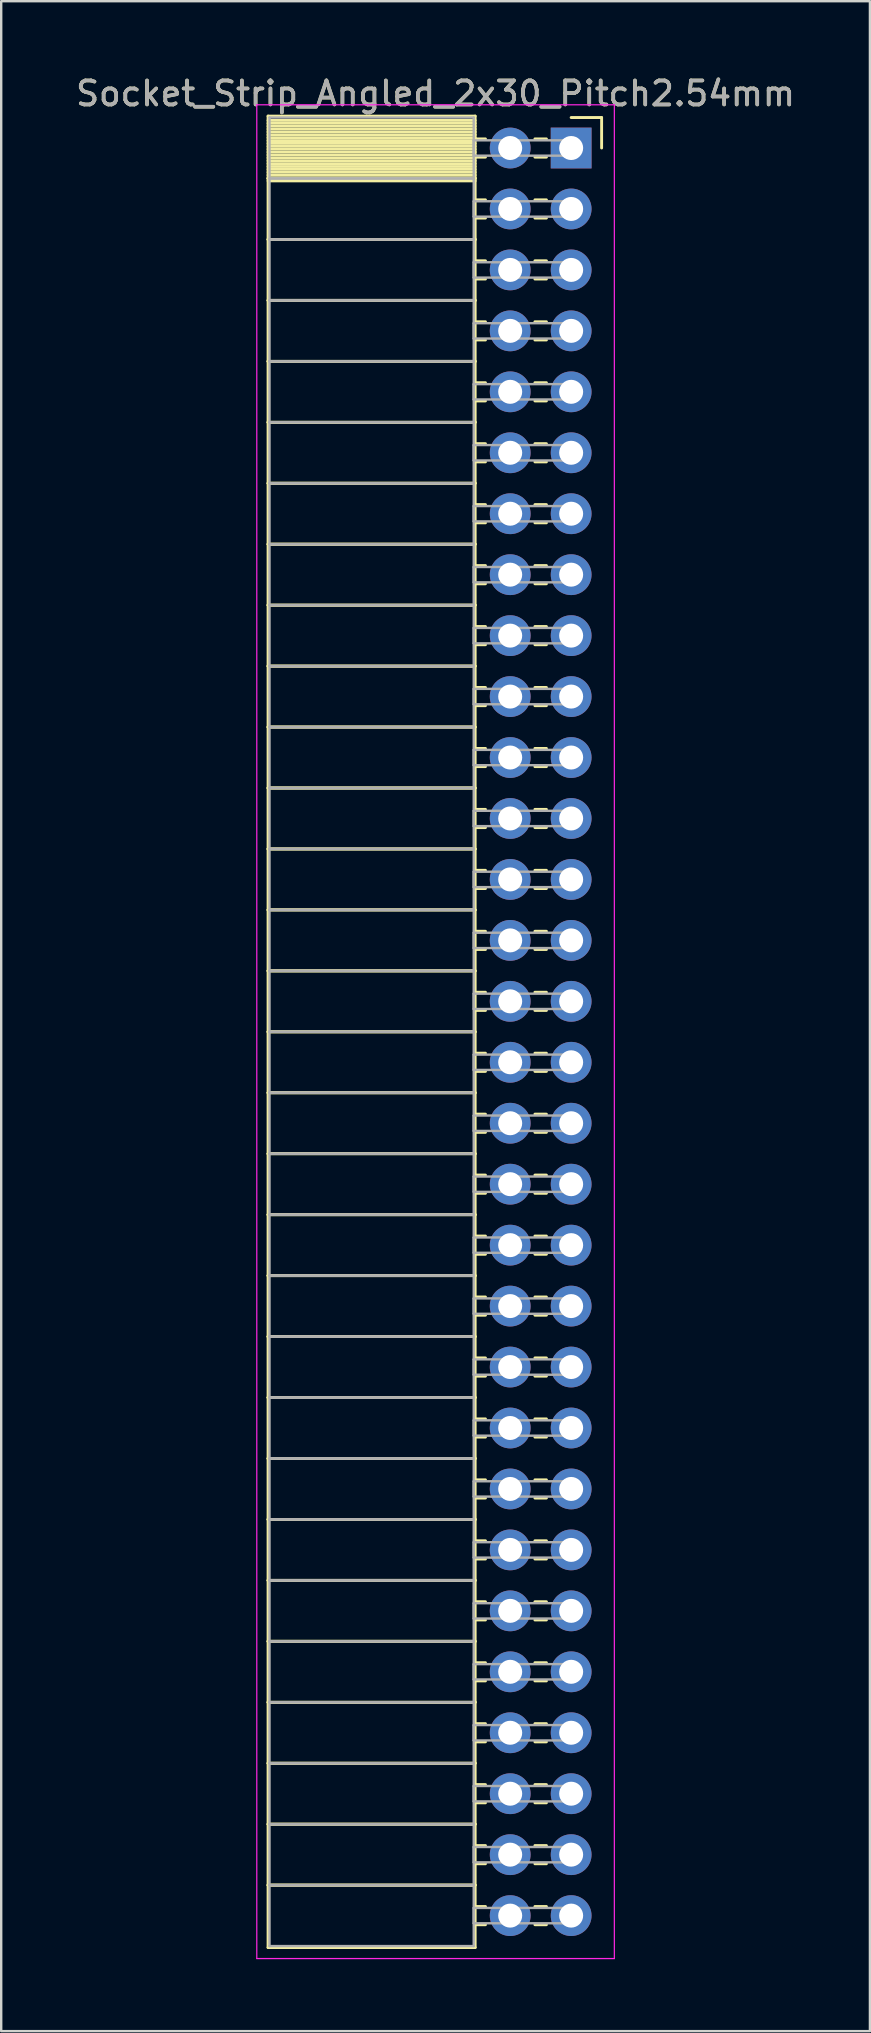
<source format=kicad_pcb>
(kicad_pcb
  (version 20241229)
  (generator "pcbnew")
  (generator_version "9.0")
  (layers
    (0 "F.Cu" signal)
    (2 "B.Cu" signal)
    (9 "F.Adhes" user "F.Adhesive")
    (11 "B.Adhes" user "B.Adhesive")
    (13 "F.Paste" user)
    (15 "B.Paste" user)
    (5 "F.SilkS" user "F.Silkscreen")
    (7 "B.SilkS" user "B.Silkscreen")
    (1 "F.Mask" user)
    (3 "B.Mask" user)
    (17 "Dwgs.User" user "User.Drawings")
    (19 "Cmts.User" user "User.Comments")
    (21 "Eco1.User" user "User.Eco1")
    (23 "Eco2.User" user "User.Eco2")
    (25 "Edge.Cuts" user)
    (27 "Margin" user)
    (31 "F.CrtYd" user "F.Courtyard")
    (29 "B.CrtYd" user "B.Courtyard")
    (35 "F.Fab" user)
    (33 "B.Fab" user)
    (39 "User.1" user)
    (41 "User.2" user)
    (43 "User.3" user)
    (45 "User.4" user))
  (footprint "Socket_Strip_Angled_2x30_Pitch2.54mm"
    (layer "F.Cu")
    (at 20.751 3.118)
    (property "Reference" "Socket_Strip_Angled_2x30_Pitch2.54mm" (at -5.65 -2.27 0) (layer "F.SilkS") (effects (font (size 1 1) (thickness 0.15))))
    (attr through_hole)
    (fp_line (start -12.63 -1.33) (end -4 -1.33) (stroke (width 0.12) (type solid)) (layer "F.SilkS"))
    (fp_line (start -12.63 1.27) (end -12.63 -1.33) (stroke (width 0.12) (type solid)) (layer "F.SilkS"))
    (fp_line (start -12.63 1.27) (end -4 1.27) (stroke (width 0.12) (type solid)) (layer "F.SilkS"))
    (fp_line (start -12.63 3.81) (end -12.63 1.27) (stroke (width 0.12) (type solid)) (layer "F.SilkS"))
    (fp_line (start -12.63 3.81) (end -4 3.81) (stroke (width 0.12) (type solid)) (layer "F.SilkS"))
    (fp_line (start -12.63 6.35) (end -12.63 3.81) (stroke (width 0.12) (type solid)) (layer "F.SilkS"))
    (fp_line (start -12.63 6.35) (end -4 6.35) (stroke (width 0.12) (type solid)) (layer "F.SilkS"))
    (fp_line (start -12.63 8.89) (end -12.63 6.35) (stroke (width 0.12) (type solid)) (layer "F.SilkS"))
    (fp_line (start -12.63 8.89) (end -4 8.89) (stroke (width 0.12) (type solid)) (layer "F.SilkS"))
    (fp_line (start -12.63 11.43) (end -12.63 8.89) (stroke (width 0.12) (type solid)) (layer "F.SilkS"))
    (fp_line (start -12.63 11.43) (end -4 11.43) (stroke (width 0.12) (type solid)) (layer "F.SilkS"))
    (fp_line (start -12.63 13.97) (end -12.63 11.43) (stroke (width 0.12) (type solid)) (layer "F.SilkS"))
    (fp_line (start -12.63 13.97) (end -4 13.97) (stroke (width 0.12) (type solid)) (layer "F.SilkS"))
    (fp_line (start -12.63 16.51) (end -12.63 13.97) (stroke (width 0.12) (type solid)) (layer "F.SilkS"))
    (fp_line (start -12.63 16.51) (end -4 16.51) (stroke (width 0.12) (type solid)) (layer "F.SilkS"))
    (fp_line (start -12.63 19.05) (end -12.63 16.51) (stroke (width 0.12) (type solid)) (layer "F.SilkS"))
    (fp_line (start -12.63 19.05) (end -4 19.05) (stroke (width 0.12) (type solid)) (layer "F.SilkS"))
    (fp_line (start -12.63 21.59) (end -12.63 19.05) (stroke (width 0.12) (type solid)) (layer "F.SilkS"))
    (fp_line (start -12.63 21.59) (end -4 21.59) (stroke (width 0.12) (type solid)) (layer "F.SilkS"))
    (fp_line (start -12.63 24.13) (end -12.63 21.59) (stroke (width 0.12) (type solid)) (layer "F.SilkS"))
    (fp_line (start -12.63 24.13) (end -4 24.13) (stroke (width 0.12) (type solid)) (layer "F.SilkS"))
    (fp_line (start -12.63 26.67) (end -12.63 24.13) (stroke (width 0.12) (type solid)) (layer "F.SilkS"))
    (fp_line (start -12.63 26.67) (end -4 26.67) (stroke (width 0.12) (type solid)) (layer "F.SilkS"))
    (fp_line (start -12.63 29.21) (end -12.63 26.67) (stroke (width 0.12) (type solid)) (layer "F.SilkS"))
    (fp_line (start -12.63 29.21) (end -4 29.21) (stroke (width 0.12) (type solid)) (layer "F.SilkS"))
    (fp_line (start -12.63 31.75) (end -12.63 29.21) (stroke (width 0.12) (type solid)) (layer "F.SilkS"))
    (fp_line (start -12.63 31.75) (end -4 31.75) (stroke (width 0.12) (type solid)) (layer "F.SilkS"))
    (fp_line (start -12.63 34.29) (end -12.63 31.75) (stroke (width 0.12) (type solid)) (layer "F.SilkS"))
    (fp_line (start -12.63 34.29) (end -4 34.29) (stroke (width 0.12) (type solid)) (layer "F.SilkS"))
    (fp_line (start -12.63 36.83) (end -12.63 34.29) (stroke (width 0.12) (type solid)) (layer "F.SilkS"))
    (fp_line (start -12.63 36.83) (end -4 36.83) (stroke (width 0.12) (type solid)) (layer "F.SilkS"))
    (fp_line (start -12.63 39.37) (end -12.63 36.83) (stroke (width 0.12) (type solid)) (layer "F.SilkS"))
    (fp_line (start -12.63 39.37) (end -4 39.37) (stroke (width 0.12) (type solid)) (layer "F.SilkS"))
    (fp_line (start -12.63 41.91) (end -12.63 39.37) (stroke (width 0.12) (type solid)) (layer "F.SilkS"))
    (fp_line (start -12.63 41.91) (end -4 41.91) (stroke (width 0.12) (type solid)) (layer "F.SilkS"))
    (fp_line (start -12.63 44.45) (end -12.63 41.91) (stroke (width 0.12) (type solid)) (layer "F.SilkS"))
    (fp_line (start -12.63 44.45) (end -4 44.45) (stroke (width 0.12) (type solid)) (layer "F.SilkS"))
    (fp_line (start -12.63 46.99) (end -12.63 44.45) (stroke (width 0.12) (type solid)) (layer "F.SilkS"))
    (fp_line (start -12.63 46.99) (end -4 46.99) (stroke (width 0.12) (type solid)) (layer "F.SilkS"))
    (fp_line (start -12.63 49.53) (end -12.63 46.99) (stroke (width 0.12) (type solid)) (layer "F.SilkS"))
    (fp_line (start -12.63 49.53) (end -4 49.53) (stroke (width 0.12) (type solid)) (layer "F.SilkS"))
    (fp_line (start -12.63 52.07) (end -12.63 49.53) (stroke (width 0.12) (type solid)) (layer "F.SilkS"))
    (fp_line (start -12.63 52.07) (end -4 52.07) (stroke (width 0.12) (type solid)) (layer "F.SilkS"))
    (fp_line (start -12.63 54.61) (end -12.63 52.07) (stroke (width 0.12) (type solid)) (layer "F.SilkS"))
    (fp_line (start -12.63 54.61) (end -4 54.61) (stroke (width 0.12) (type solid)) (layer "F.SilkS"))
    (fp_line (start -12.63 57.15) (end -12.63 54.61) (stroke (width 0.12) (type solid)) (layer "F.SilkS"))
    (fp_line (start -12.63 57.15) (end -4 57.15) (stroke (width 0.12) (type solid)) (layer "F.SilkS"))
    (fp_line (start -12.63 59.69) (end -12.63 57.15) (stroke (width 0.12) (type solid)) (layer "F.SilkS"))
    (fp_line (start -12.63 59.69) (end -4 59.69) (stroke (width 0.12) (type solid)) (layer "F.SilkS"))
    (fp_line (start -12.63 62.23) (end -12.63 59.69) (stroke (width 0.12) (type solid)) (layer "F.SilkS"))
    (fp_line (start -12.63 62.23) (end -4 62.23) (stroke (width 0.12) (type solid)) (layer "F.SilkS"))
    (fp_line (start -12.63 64.77) (end -12.63 62.23) (stroke (width 0.12) (type solid)) (layer "F.SilkS"))
    (fp_line (start -12.63 64.77) (end -4 64.77) (stroke (width 0.12) (type solid)) (layer "F.SilkS"))
    (fp_line (start -12.63 67.31) (end -12.63 64.77) (stroke (width 0.12) (type solid)) (layer "F.SilkS"))
    (fp_line (start -12.63 67.31) (end -4 67.31) (stroke (width 0.12) (type solid)) (layer "F.SilkS"))
    (fp_line (start -12.63 69.85) (end -12.63 67.31) (stroke (width 0.12) (type solid)) (layer "F.SilkS"))
    (fp_line (start -12.63 69.85) (end -4 69.85) (stroke (width 0.12) (type solid)) (layer "F.SilkS"))
    (fp_line (start -12.63 72.39) (end -12.63 69.85) (stroke (width 0.12) (type solid)) (layer "F.SilkS"))
    (fp_line (start -12.63 72.39) (end -4 72.39) (stroke (width 0.12) (type solid)) (layer "F.SilkS"))
    (fp_line (start -12.63 74.99) (end -12.63 72.39) (stroke (width 0.12) (type solid)) (layer "F.SilkS"))
    (fp_line (start -4 -1.33) (end -4 1.27) (stroke (width 0.12) (type solid)) (layer "F.SilkS"))
    (fp_line (start -4 -1.15) (end -12.63 -1.15) (stroke (width 0.12) (type solid)) (layer "F.SilkS"))
    (fp_line (start -4 -1.03) (end -12.63 -1.03) (stroke (width 0.12) (type solid)) (layer "F.SilkS"))
    (fp_line (start -4 -0.91) (end -12.63 -0.91) (stroke (width 0.12) (type solid)) (layer "F.SilkS"))
    (fp_line (start -4 -0.79) (end -12.63 -0.79) (stroke (width 0.12) (type solid)) (layer "F.SilkS"))
    (fp_line (start -4 -0.67) (end -12.63 -0.67) (stroke (width 0.12) (type solid)) (layer "F.SilkS"))
    (fp_line (start -4 -0.55) (end -12.63 -0.55) (stroke (width 0.12) (type solid)) (layer "F.SilkS"))
    (fp_line (start -4 -0.43) (end -12.63 -0.43) (stroke (width 0.12) (type solid)) (layer "F.SilkS"))
    (fp_line (start -4 -0.31) (end -12.63 -0.31) (stroke (width 0.12) (type solid)) (layer "F.SilkS"))
    (fp_line (start -4 -0.19) (end -12.63 -0.19) (stroke (width 0.12) (type solid)) (layer "F.SilkS"))
    (fp_line (start -4 -0.07) (end -12.63 -0.07) (stroke (width 0.12) (type solid)) (layer "F.SilkS"))
    (fp_line (start -4 0.05) (end -12.63 0.05) (stroke (width 0.12) (type solid)) (layer "F.SilkS"))
    (fp_line (start -4 0.17) (end -12.63 0.17) (stroke (width 0.12) (type solid)) (layer "F.SilkS"))
    (fp_line (start -4 0.29) (end -12.63 0.29) (stroke (width 0.12) (type solid)) (layer "F.SilkS"))
    (fp_line (start -4 0.41) (end -12.63 0.41) (stroke (width 0.12) (type solid)) (layer "F.SilkS"))
    (fp_line (start -4 0.53) (end -12.63 0.53) (stroke (width 0.12) (type solid)) (layer "F.SilkS"))
    (fp_line (start -4 0.65) (end -12.63 0.65) (stroke (width 0.12) (type solid)) (layer "F.SilkS"))
    (fp_line (start -4 0.77) (end -12.63 0.77) (stroke (width 0.12) (type solid)) (layer "F.SilkS"))
    (fp_line (start -4 0.89) (end -12.63 0.89) (stroke (width 0.12) (type solid)) (layer "F.SilkS"))
    (fp_line (start -4 1.01) (end -12.63 1.01) (stroke (width 0.12) (type solid)) (layer "F.SilkS"))
    (fp_line (start -4 1.13) (end -12.63 1.13) (stroke (width 0.12) (type solid)) (layer "F.SilkS"))
    (fp_line (start -4 1.25) (end -12.63 1.25) (stroke (width 0.12) (type solid)) (layer "F.SilkS"))
    (fp_line (start -4 1.27) (end -12.63 1.27) (stroke (width 0.12) (type solid)) (layer "F.SilkS"))
    (fp_line (start -4 1.27) (end -4 3.81) (stroke (width 0.12) (type solid)) (layer "F.SilkS"))
    (fp_line (start -4 1.37) (end -12.63 1.37) (stroke (width 0.12) (type solid)) (layer "F.SilkS"))
    (fp_line (start -4 3.81) (end -12.63 3.81) (stroke (width 0.12) (type solid)) (layer "F.SilkS"))
    (fp_line (start -4 3.81) (end -4 6.35) (stroke (width 0.12) (type solid)) (layer "F.SilkS"))
    (fp_line (start -4 6.35) (end -12.63 6.35) (stroke (width 0.12) (type solid)) (layer "F.SilkS"))
    (fp_line (start -4 6.35) (end -4 8.89) (stroke (width 0.12) (type solid)) (layer "F.SilkS"))
    (fp_line (start -4 8.89) (end -12.63 8.89) (stroke (width 0.12) (type solid)) (layer "F.SilkS"))
    (fp_line (start -4 8.89) (end -4 11.43) (stroke (width 0.12) (type solid)) (layer "F.SilkS"))
    (fp_line (start -4 11.43) (end -12.63 11.43) (stroke (width 0.12) (type solid)) (layer "F.SilkS"))
    (fp_line (start -4 11.43) (end -4 13.97) (stroke (width 0.12) (type solid)) (layer "F.SilkS"))
    (fp_line (start -4 13.97) (end -12.63 13.97) (stroke (width 0.12) (type solid)) (layer "F.SilkS"))
    (fp_line (start -4 13.97) (end -4 16.51) (stroke (width 0.12) (type solid)) (layer "F.SilkS"))
    (fp_line (start -4 16.51) (end -12.63 16.51) (stroke (width 0.12) (type solid)) (layer "F.SilkS"))
    (fp_line (start -4 16.51) (end -4 19.05) (stroke (width 0.12) (type solid)) (layer "F.SilkS"))
    (fp_line (start -4 19.05) (end -12.63 19.05) (stroke (width 0.12) (type solid)) (layer "F.SilkS"))
    (fp_line (start -4 19.05) (end -4 21.59) (stroke (width 0.12) (type solid)) (layer "F.SilkS"))
    (fp_line (start -4 21.59) (end -12.63 21.59) (stroke (width 0.12) (type solid)) (layer "F.SilkS"))
    (fp_line (start -4 21.59) (end -4 24.13) (stroke (width 0.12) (type solid)) (layer "F.SilkS"))
    (fp_line (start -4 24.13) (end -12.63 24.13) (stroke (width 0.12) (type solid)) (layer "F.SilkS"))
    (fp_line (start -4 24.13) (end -4 26.67) (stroke (width 0.12) (type solid)) (layer "F.SilkS"))
    (fp_line (start -4 26.67) (end -12.63 26.67) (stroke (width 0.12) (type solid)) (layer "F.SilkS"))
    (fp_line (start -4 26.67) (end -4 29.21) (stroke (width 0.12) (type solid)) (layer "F.SilkS"))
    (fp_line (start -4 29.21) (end -12.63 29.21) (stroke (width 0.12) (type solid)) (layer "F.SilkS"))
    (fp_line (start -4 29.21) (end -4 31.75) (stroke (width 0.12) (type solid)) (layer "F.SilkS"))
    (fp_line (start -4 31.75) (end -12.63 31.75) (stroke (width 0.12) (type solid)) (layer "F.SilkS"))
    (fp_line (start -4 31.75) (end -4 34.29) (stroke (width 0.12) (type solid)) (layer "F.SilkS"))
    (fp_line (start -4 34.29) (end -12.63 34.29) (stroke (width 0.12) (type solid)) (layer "F.SilkS"))
    (fp_line (start -4 34.29) (end -4 36.83) (stroke (width 0.12) (type solid)) (layer "F.SilkS"))
    (fp_line (start -4 36.83) (end -12.63 36.83) (stroke (width 0.12) (type solid)) (layer "F.SilkS"))
    (fp_line (start -4 36.83) (end -4 39.37) (stroke (width 0.12) (type solid)) (layer "F.SilkS"))
    (fp_line (start -4 39.37) (end -12.63 39.37) (stroke (width 0.12) (type solid)) (layer "F.SilkS"))
    (fp_line (start -4 39.37) (end -4 41.91) (stroke (width 0.12) (type solid)) (layer "F.SilkS"))
    (fp_line (start -4 41.91) (end -12.63 41.91) (stroke (width 0.12) (type solid)) (layer "F.SilkS"))
    (fp_line (start -4 41.91) (end -4 44.45) (stroke (width 0.12) (type solid)) (layer "F.SilkS"))
    (fp_line (start -4 44.45) (end -12.63 44.45) (stroke (width 0.12) (type solid)) (layer "F.SilkS"))
    (fp_line (start -4 44.45) (end -4 46.99) (stroke (width 0.12) (type solid)) (layer "F.SilkS"))
    (fp_line (start -4 46.99) (end -12.63 46.99) (stroke (width 0.12) (type solid)) (layer "F.SilkS"))
    (fp_line (start -4 46.99) (end -4 49.53) (stroke (width 0.12) (type solid)) (layer "F.SilkS"))
    (fp_line (start -4 49.53) (end -12.63 49.53) (stroke (width 0.12) (type solid)) (layer "F.SilkS"))
    (fp_line (start -4 49.53) (end -4 52.07) (stroke (width 0.12) (type solid)) (layer "F.SilkS"))
    (fp_line (start -4 52.07) (end -12.63 52.07) (stroke (width 0.12) (type solid)) (layer "F.SilkS"))
    (fp_line (start -4 52.07) (end -4 54.61) (stroke (width 0.12) (type solid)) (layer "F.SilkS"))
    (fp_line (start -4 54.61) (end -12.63 54.61) (stroke (width 0.12) (type solid)) (layer "F.SilkS"))
    (fp_line (start -4 54.61) (end -4 57.15) (stroke (width 0.12) (type solid)) (layer "F.SilkS"))
    (fp_line (start -4 57.15) (end -12.63 57.15) (stroke (width 0.12) (type solid)) (layer "F.SilkS"))
    (fp_line (start -4 57.15) (end -4 59.69) (stroke (width 0.12) (type solid)) (layer "F.SilkS"))
    (fp_line (start -4 59.69) (end -12.63 59.69) (stroke (width 0.12) (type solid)) (layer "F.SilkS"))
    (fp_line (start -4 59.69) (end -4 62.23) (stroke (width 0.12) (type solid)) (layer "F.SilkS"))
    (fp_line (start -4 62.23) (end -12.63 62.23) (stroke (width 0.12) (type solid)) (layer "F.SilkS"))
    (fp_line (start -4 62.23) (end -4 64.77) (stroke (width 0.12) (type solid)) (layer "F.SilkS"))
    (fp_line (start -4 64.77) (end -12.63 64.77) (stroke (width 0.12) (type solid)) (layer "F.SilkS"))
    (fp_line (start -4 64.77) (end -4 67.31) (stroke (width 0.12) (type solid)) (layer "F.SilkS"))
    (fp_line (start -4 67.31) (end -12.63 67.31) (stroke (width 0.12) (type solid)) (layer "F.SilkS"))
    (fp_line (start -4 67.31) (end -4 69.85) (stroke (width 0.12) (type solid)) (layer "F.SilkS"))
    (fp_line (start -4 69.85) (end -12.63 69.85) (stroke (width 0.12) (type solid)) (layer "F.SilkS"))
    (fp_line (start -4 69.85) (end -4 72.39) (stroke (width 0.12) (type solid)) (layer "F.SilkS"))
    (fp_line (start -4 72.39) (end -12.63 72.39) (stroke (width 0.12) (type solid)) (layer "F.SilkS"))
    (fp_line (start -4 72.39) (end -4 74.99) (stroke (width 0.12) (type solid)) (layer "F.SilkS"))
    (fp_line (start -4 74.99) (end -12.63 74.99) (stroke (width 0.12) (type solid)) (layer "F.SilkS"))
    (fp_line (start -3.57 -0.38) (end -4 -0.38) (stroke (width 0.12) (type solid)) (layer "F.SilkS"))
    (fp_line (start -3.57 0.38) (end -4 0.38) (stroke (width 0.12) (type solid)) (layer "F.SilkS"))
    (fp_line (start -3.57 2.16) (end -4 2.16) (stroke (width 0.12) (type solid)) (layer "F.SilkS"))
    (fp_line (start -3.57 2.92) (end -4 2.92) (stroke (width 0.12) (type solid)) (layer "F.SilkS"))
    (fp_line (start -3.57 4.7) (end -4 4.7) (stroke (width 0.12) (type solid)) (layer "F.SilkS"))
    (fp_line (start -3.57 5.46) (end -4 5.46) (stroke (width 0.12) (type solid)) (layer "F.SilkS"))
    (fp_line (start -3.57 7.24) (end -4 7.24) (stroke (width 0.12) (type solid)) (layer "F.SilkS"))
    (fp_line (start -3.57 8) (end -4 8) (stroke (width 0.12) (type solid)) (layer "F.SilkS"))
    (fp_line (start -3.57 9.78) (end -4 9.78) (stroke (width 0.12) (type solid)) (layer "F.SilkS"))
    (fp_line (start -3.57 10.54) (end -4 10.54) (stroke (width 0.12) (type solid)) (layer "F.SilkS"))
    (fp_line (start -3.57 12.32) (end -4 12.32) (stroke (width 0.12) (type solid)) (layer "F.SilkS"))
    (fp_line (start -3.57 13.08) (end -4 13.08) (stroke (width 0.12) (type solid)) (layer "F.SilkS"))
    (fp_line (start -3.57 14.86) (end -4 14.86) (stroke (width 0.12) (type solid)) (layer "F.SilkS"))
    (fp_line (start -3.57 15.62) (end -4 15.62) (stroke (width 0.12) (type solid)) (layer "F.SilkS"))
    (fp_line (start -3.57 17.4) (end -4 17.4) (stroke (width 0.12) (type solid)) (layer "F.SilkS"))
    (fp_line (start -3.57 18.16) (end -4 18.16) (stroke (width 0.12) (type solid)) (layer "F.SilkS"))
    (fp_line (start -3.57 19.94) (end -4 19.94) (stroke (width 0.12) (type solid)) (layer "F.SilkS"))
    (fp_line (start -3.57 20.7) (end -4 20.7) (stroke (width 0.12) (type solid)) (layer "F.SilkS"))
    (fp_line (start -3.57 22.48) (end -4 22.48) (stroke (width 0.12) (type solid)) (layer "F.SilkS"))
    (fp_line (start -3.57 23.24) (end -4 23.24) (stroke (width 0.12) (type solid)) (layer "F.SilkS"))
    (fp_line (start -3.57 25.02) (end -4 25.02) (stroke (width 0.12) (type solid)) (layer "F.SilkS"))
    (fp_line (start -3.57 25.78) (end -4 25.78) (stroke (width 0.12) (type solid)) (layer "F.SilkS"))
    (fp_line (start -3.57 27.56) (end -4 27.56) (stroke (width 0.12) (type solid)) (layer "F.SilkS"))
    (fp_line (start -3.57 28.32) (end -4 28.32) (stroke (width 0.12) (type solid)) (layer "F.SilkS"))
    (fp_line (start -3.57 30.1) (end -4 30.1) (stroke (width 0.12) (type solid)) (layer "F.SilkS"))
    (fp_line (start -3.57 30.86) (end -4 30.86) (stroke (width 0.12) (type solid)) (layer "F.SilkS"))
    (fp_line (start -3.57 32.64) (end -4 32.64) (stroke (width 0.12) (type solid)) (layer "F.SilkS"))
    (fp_line (start -3.57 33.4) (end -4 33.4) (stroke (width 0.12) (type solid)) (layer "F.SilkS"))
    (fp_line (start -3.57 35.18) (end -4 35.18) (stroke (width 0.12) (type solid)) (layer "F.SilkS"))
    (fp_line (start -3.57 35.94) (end -4 35.94) (stroke (width 0.12) (type solid)) (layer "F.SilkS"))
    (fp_line (start -3.57 37.72) (end -4 37.72) (stroke (width 0.12) (type solid)) (layer "F.SilkS"))
    (fp_line (start -3.57 38.48) (end -4 38.48) (stroke (width 0.12) (type solid)) (layer "F.SilkS"))
    (fp_line (start -3.57 40.26) (end -4 40.26) (stroke (width 0.12) (type solid)) (layer "F.SilkS"))
    (fp_line (start -3.57 41.02) (end -4 41.02) (stroke (width 0.12) (type solid)) (layer "F.SilkS"))
    (fp_line (start -3.57 42.8) (end -4 42.8) (stroke (width 0.12) (type solid)) (layer "F.SilkS"))
    (fp_line (start -3.57 43.56) (end -4 43.56) (stroke (width 0.12) (type solid)) (layer "F.SilkS"))
    (fp_line (start -3.57 45.34) (end -4 45.34) (stroke (width 0.12) (type solid)) (layer "F.SilkS"))
    (fp_line (start -3.57 46.1) (end -4 46.1) (stroke (width 0.12) (type solid)) (layer "F.SilkS"))
    (fp_line (start -3.57 47.88) (end -4 47.88) (stroke (width 0.12) (type solid)) (layer "F.SilkS"))
    (fp_line (start -3.57 48.64) (end -4 48.64) (stroke (width 0.12) (type solid)) (layer "F.SilkS"))
    (fp_line (start -3.57 50.42) (end -4 50.42) (stroke (width 0.12) (type solid)) (layer "F.SilkS"))
    (fp_line (start -3.57 51.18) (end -4 51.18) (stroke (width 0.12) (type solid)) (layer "F.SilkS"))
    (fp_line (start -3.57 52.96) (end -4 52.96) (stroke (width 0.12) (type solid)) (layer "F.SilkS"))
    (fp_line (start -3.57 53.72) (end -4 53.72) (stroke (width 0.12) (type solid)) (layer "F.SilkS"))
    (fp_line (start -3.57 55.5) (end -4 55.5) (stroke (width 0.12) (type solid)) (layer "F.SilkS"))
    (fp_line (start -3.57 56.26) (end -4 56.26) (stroke (width 0.12) (type solid)) (layer "F.SilkS"))
    (fp_line (start -3.57 58.04) (end -4 58.04) (stroke (width 0.12) (type solid)) (layer "F.SilkS"))
    (fp_line (start -3.57 58.8) (end -4 58.8) (stroke (width 0.12) (type solid)) (layer "F.SilkS"))
    (fp_line (start -3.57 60.58) (end -4 60.58) (stroke (width 0.12) (type solid)) (layer "F.SilkS"))
    (fp_line (start -3.57 61.34) (end -4 61.34) (stroke (width 0.12) (type solid)) (layer "F.SilkS"))
    (fp_line (start -3.57 63.12) (end -4 63.12) (stroke (width 0.12) (type solid)) (layer "F.SilkS"))
    (fp_line (start -3.57 63.88) (end -4 63.88) (stroke (width 0.12) (type solid)) (layer "F.SilkS"))
    (fp_line (start -3.57 65.66) (end -4 65.66) (stroke (width 0.12) (type solid)) (layer "F.SilkS"))
    (fp_line (start -3.57 66.42) (end -4 66.42) (stroke (width 0.12) (type solid)) (layer "F.SilkS"))
    (fp_line (start -3.57 68.2) (end -4 68.2) (stroke (width 0.12) (type solid)) (layer "F.SilkS"))
    (fp_line (start -3.57 68.96) (end -4 68.96) (stroke (width 0.12) (type solid)) (layer "F.SilkS"))
    (fp_line (start -3.57 70.74) (end -4 70.74) (stroke (width 0.12) (type solid)) (layer "F.SilkS"))
    (fp_line (start -3.57 71.5) (end -4 71.5) (stroke (width 0.12) (type solid)) (layer "F.SilkS"))
    (fp_line (start -3.57 73.28) (end -4 73.28) (stroke (width 0.12) (type solid)) (layer "F.SilkS"))
    (fp_line (start -3.57 74.04) (end -4 74.04) (stroke (width 0.12) (type solid)) (layer "F.SilkS"))
    (fp_line (start -1.03 -0.38) (end -1.51 -0.38) (stroke (width 0.12) (type solid)) (layer "F.SilkS"))
    (fp_line (start -1.03 0.38) (end -1.51 0.38) (stroke (width 0.12) (type solid)) (layer "F.SilkS"))
    (fp_line (start -1.03 2.16) (end -1.51 2.16) (stroke (width 0.12) (type solid)) (layer "F.SilkS"))
    (fp_line (start -1.03 2.92) (end -1.51 2.92) (stroke (width 0.12) (type solid)) (layer "F.SilkS"))
    (fp_line (start -1.03 4.7) (end -1.51 4.7) (stroke (width 0.12) (type solid)) (layer "F.SilkS"))
    (fp_line (start -1.03 5.46) (end -1.51 5.46) (stroke (width 0.12) (type solid)) (layer "F.SilkS"))
    (fp_line (start -1.03 7.24) (end -1.51 7.24) (stroke (width 0.12) (type solid)) (layer "F.SilkS"))
    (fp_line (start -1.03 8) (end -1.51 8) (stroke (width 0.12) (type solid)) (layer "F.SilkS"))
    (fp_line (start -1.03 9.78) (end -1.51 9.78) (stroke (width 0.12) (type solid)) (layer "F.SilkS"))
    (fp_line (start -1.03 10.54) (end -1.51 10.54) (stroke (width 0.12) (type solid)) (layer "F.SilkS"))
    (fp_line (start -1.03 12.32) (end -1.51 12.32) (stroke (width 0.12) (type solid)) (layer "F.SilkS"))
    (fp_line (start -1.03 13.08) (end -1.51 13.08) (stroke (width 0.12) (type solid)) (layer "F.SilkS"))
    (fp_line (start -1.03 14.86) (end -1.51 14.86) (stroke (width 0.12) (type solid)) (layer "F.SilkS"))
    (fp_line (start -1.03 15.62) (end -1.51 15.62) (stroke (width 0.12) (type solid)) (layer "F.SilkS"))
    (fp_line (start -1.03 17.4) (end -1.51 17.4) (stroke (width 0.12) (type solid)) (layer "F.SilkS"))
    (fp_line (start -1.03 18.16) (end -1.51 18.16) (stroke (width 0.12) (type solid)) (layer "F.SilkS"))
    (fp_line (start -1.03 19.94) (end -1.51 19.94) (stroke (width 0.12) (type solid)) (layer "F.SilkS"))
    (fp_line (start -1.03 20.7) (end -1.51 20.7) (stroke (width 0.12) (type solid)) (layer "F.SilkS"))
    (fp_line (start -1.03 22.48) (end -1.51 22.48) (stroke (width 0.12) (type solid)) (layer "F.SilkS"))
    (fp_line (start -1.03 23.24) (end -1.51 23.24) (stroke (width 0.12) (type solid)) (layer "F.SilkS"))
    (fp_line (start -1.03 25.02) (end -1.51 25.02) (stroke (width 0.12) (type solid)) (layer "F.SilkS"))
    (fp_line (start -1.03 25.78) (end -1.51 25.78) (stroke (width 0.12) (type solid)) (layer "F.SilkS"))
    (fp_line (start -1.03 27.56) (end -1.51 27.56) (stroke (width 0.12) (type solid)) (layer "F.SilkS"))
    (fp_line (start -1.03 28.32) (end -1.51 28.32) (stroke (width 0.12) (type solid)) (layer "F.SilkS"))
    (fp_line (start -1.03 30.1) (end -1.51 30.1) (stroke (width 0.12) (type solid)) (layer "F.SilkS"))
    (fp_line (start -1.03 30.86) (end -1.51 30.86) (stroke (width 0.12) (type solid)) (layer "F.SilkS"))
    (fp_line (start -1.03 32.64) (end -1.51 32.64) (stroke (width 0.12) (type solid)) (layer "F.SilkS"))
    (fp_line (start -1.03 33.4) (end -1.51 33.4) (stroke (width 0.12) (type solid)) (layer "F.SilkS"))
    (fp_line (start -1.03 35.18) (end -1.51 35.18) (stroke (width 0.12) (type solid)) (layer "F.SilkS"))
    (fp_line (start -1.03 35.94) (end -1.51 35.94) (stroke (width 0.12) (type solid)) (layer "F.SilkS"))
    (fp_line (start -1.03 37.72) (end -1.51 37.72) (stroke (width 0.12) (type solid)) (layer "F.SilkS"))
    (fp_line (start -1.03 38.48) (end -1.51 38.48) (stroke (width 0.12) (type solid)) (layer "F.SilkS"))
    (fp_line (start -1.03 40.26) (end -1.51 40.26) (stroke (width 0.12) (type solid)) (layer "F.SilkS"))
    (fp_line (start -1.03 41.02) (end -1.51 41.02) (stroke (width 0.12) (type solid)) (layer "F.SilkS"))
    (fp_line (start -1.03 42.8) (end -1.51 42.8) (stroke (width 0.12) (type solid)) (layer "F.SilkS"))
    (fp_line (start -1.03 43.56) (end -1.51 43.56) (stroke (width 0.12) (type solid)) (layer "F.SilkS"))
    (fp_line (start -1.03 45.34) (end -1.51 45.34) (stroke (width 0.12) (type solid)) (layer "F.SilkS"))
    (fp_line (start -1.03 46.1) (end -1.51 46.1) (stroke (width 0.12) (type solid)) (layer "F.SilkS"))
    (fp_line (start -1.03 47.88) (end -1.51 47.88) (stroke (width 0.12) (type solid)) (layer "F.SilkS"))
    (fp_line (start -1.03 48.64) (end -1.51 48.64) (stroke (width 0.12) (type solid)) (layer "F.SilkS"))
    (fp_line (start -1.03 50.42) (end -1.51 50.42) (stroke (width 0.12) (type solid)) (layer "F.SilkS"))
    (fp_line (start -1.03 51.18) (end -1.51 51.18) (stroke (width 0.12) (type solid)) (layer "F.SilkS"))
    (fp_line (start -1.03 52.96) (end -1.51 52.96) (stroke (width 0.12) (type solid)) (layer "F.SilkS"))
    (fp_line (start -1.03 53.72) (end -1.51 53.72) (stroke (width 0.12) (type solid)) (layer "F.SilkS"))
    (fp_line (start -1.03 55.5) (end -1.51 55.5) (stroke (width 0.12) (type solid)) (layer "F.SilkS"))
    (fp_line (start -1.03 56.26) (end -1.51 56.26) (stroke (width 0.12) (type solid)) (layer "F.SilkS"))
    (fp_line (start -1.03 58.04) (end -1.51 58.04) (stroke (width 0.12) (type solid)) (layer "F.SilkS"))
    (fp_line (start -1.03 58.8) (end -1.51 58.8) (stroke (width 0.12) (type solid)) (layer "F.SilkS"))
    (fp_line (start -1.03 60.58) (end -1.51 60.58) (stroke (width 0.12) (type solid)) (layer "F.SilkS"))
    (fp_line (start -1.03 61.34) (end -1.51 61.34) (stroke (width 0.12) (type solid)) (layer "F.SilkS"))
    (fp_line (start -1.03 63.12) (end -1.51 63.12) (stroke (width 0.12) (type solid)) (layer "F.SilkS"))
    (fp_line (start -1.03 63.88) (end -1.51 63.88) (stroke (width 0.12) (type solid)) (layer "F.SilkS"))
    (fp_line (start -1.03 65.66) (end -1.51 65.66) (stroke (width 0.12) (type solid)) (layer "F.SilkS"))
    (fp_line (start -1.03 66.42) (end -1.51 66.42) (stroke (width 0.12) (type solid)) (layer "F.SilkS"))
    (fp_line (start -1.03 68.2) (end -1.51 68.2) (stroke (width 0.12) (type solid)) (layer "F.SilkS"))
    (fp_line (start -1.03 68.96) (end -1.51 68.96) (stroke (width 0.12) (type solid)) (layer "F.SilkS"))
    (fp_line (start -1.03 70.74) (end -1.51 70.74) (stroke (width 0.12) (type solid)) (layer "F.SilkS"))
    (fp_line (start -1.03 71.5) (end -1.51 71.5) (stroke (width 0.12) (type solid)) (layer "F.SilkS"))
    (fp_line (start -1.03 73.28) (end -1.51 73.28) (stroke (width 0.12) (type solid)) (layer "F.SilkS"))
    (fp_line (start -1.03 74.04) (end -1.51 74.04) (stroke (width 0.12) (type solid)) (layer "F.SilkS"))
    (fp_line (start 0 -1.27) (end 1.27 -1.27) (stroke (width 0.12) (type solid)) (layer "F.SilkS"))
    (fp_line (start 1.27 -1.27) (end 1.27 0) (stroke (width 0.12) (type solid)) (layer "F.SilkS"))
    (fp_line (start -13.1 -1.8) (end 1.8 -1.8) (stroke (width 0.05) (type solid)) (layer "F.CrtYd"))
    (fp_line (start -13.1 75.45) (end -13.1 -1.8) (stroke (width 0.05) (type solid)) (layer "F.CrtYd"))
    (fp_line (start 1.8 -1.8) (end 1.8 75.45) (stroke (width 0.05) (type solid)) (layer "F.CrtYd"))
    (fp_line (start 1.8 75.45) (end -13.1 75.45) (stroke (width 0.05) (type solid)) (layer "F.CrtYd"))
    (fp_line (start -12.57 -1.27) (end -4.06 -1.27) (stroke (width 0.1) (type solid)) (layer "F.Fab"))
    (fp_line (start -12.57 1.27) (end -12.57 -1.27) (stroke (width 0.1) (type solid)) (layer "F.Fab"))
    (fp_line (start -12.57 1.27) (end -4.06 1.27) (stroke (width 0.1) (type solid)) (layer "F.Fab"))
    (fp_line (start -12.57 3.81) (end -12.57 1.27) (stroke (width 0.1) (type solid)) (layer "F.Fab"))
    (fp_line (start -12.57 3.81) (end -4.06 3.81) (stroke (width 0.1) (type solid)) (layer "F.Fab"))
    (fp_line (start -12.57 6.35) (end -12.57 3.81) (stroke (width 0.1) (type solid)) (layer "F.Fab"))
    (fp_line (start -12.57 6.35) (end -4.06 6.35) (stroke (width 0.1) (type solid)) (layer "F.Fab"))
    (fp_line (start -12.57 8.89) (end -12.57 6.35) (stroke (width 0.1) (type solid)) (layer "F.Fab"))
    (fp_line (start -12.57 8.89) (end -4.06 8.89) (stroke (width 0.1) (type solid)) (layer "F.Fab"))
    (fp_line (start -12.57 11.43) (end -12.57 8.89) (stroke (width 0.1) (type solid)) (layer "F.Fab"))
    (fp_line (start -12.57 11.43) (end -4.06 11.43) (stroke (width 0.1) (type solid)) (layer "F.Fab"))
    (fp_line (start -12.57 13.97) (end -12.57 11.43) (stroke (width 0.1) (type solid)) (layer "F.Fab"))
    (fp_line (start -12.57 13.97) (end -4.06 13.97) (stroke (width 0.1) (type solid)) (layer "F.Fab"))
    (fp_line (start -12.57 16.51) (end -12.57 13.97) (stroke (width 0.1) (type solid)) (layer "F.Fab"))
    (fp_line (start -12.57 16.51) (end -4.06 16.51) (stroke (width 0.1) (type solid)) (layer "F.Fab"))
    (fp_line (start -12.57 19.05) (end -12.57 16.51) (stroke (width 0.1) (type solid)) (layer "F.Fab"))
    (fp_line (start -12.57 19.05) (end -4.06 19.05) (stroke (width 0.1) (type solid)) (layer "F.Fab"))
    (fp_line (start -12.57 21.59) (end -12.57 19.05) (stroke (width 0.1) (type solid)) (layer "F.Fab"))
    (fp_line (start -12.57 21.59) (end -4.06 21.59) (stroke (width 0.1) (type solid)) (layer "F.Fab"))
    (fp_line (start -12.57 24.13) (end -12.57 21.59) (stroke (width 0.1) (type solid)) (layer "F.Fab"))
    (fp_line (start -12.57 24.13) (end -4.06 24.13) (stroke (width 0.1) (type solid)) (layer "F.Fab"))
    (fp_line (start -12.57 26.67) (end -12.57 24.13) (stroke (width 0.1) (type solid)) (layer "F.Fab"))
    (fp_line (start -12.57 26.67) (end -4.06 26.67) (stroke (width 0.1) (type solid)) (layer "F.Fab"))
    (fp_line (start -12.57 29.21) (end -12.57 26.67) (stroke (width 0.1) (type solid)) (layer "F.Fab"))
    (fp_line (start -12.57 29.21) (end -4.06 29.21) (stroke (width 0.1) (type solid)) (layer "F.Fab"))
    (fp_line (start -12.57 31.75) (end -12.57 29.21) (stroke (width 0.1) (type solid)) (layer "F.Fab"))
    (fp_line (start -12.57 31.75) (end -4.06 31.75) (stroke (width 0.1) (type solid)) (layer "F.Fab"))
    (fp_line (start -12.57 34.29) (end -12.57 31.75) (stroke (width 0.1) (type solid)) (layer "F.Fab"))
    (fp_line (start -12.57 34.29) (end -4.06 34.29) (stroke (width 0.1) (type solid)) (layer "F.Fab"))
    (fp_line (start -12.57 36.83) (end -12.57 34.29) (stroke (width 0.1) (type solid)) (layer "F.Fab"))
    (fp_line (start -12.57 36.83) (end -4.06 36.83) (stroke (width 0.1) (type solid)) (layer "F.Fab"))
    (fp_line (start -12.57 39.37) (end -12.57 36.83) (stroke (width 0.1) (type solid)) (layer "F.Fab"))
    (fp_line (start -12.57 39.37) (end -4.06 39.37) (stroke (width 0.1) (type solid)) (layer "F.Fab"))
    (fp_line (start -12.57 41.91) (end -12.57 39.37) (stroke (width 0.1) (type solid)) (layer "F.Fab"))
    (fp_line (start -12.57 41.91) (end -4.06 41.91) (stroke (width 0.1) (type solid)) (layer "F.Fab"))
    (fp_line (start -12.57 44.45) (end -12.57 41.91) (stroke (width 0.1) (type solid)) (layer "F.Fab"))
    (fp_line (start -12.57 44.45) (end -4.06 44.45) (stroke (width 0.1) (type solid)) (layer "F.Fab"))
    (fp_line (start -12.57 46.99) (end -12.57 44.45) (stroke (width 0.1) (type solid)) (layer "F.Fab"))
    (fp_line (start -12.57 46.99) (end -4.06 46.99) (stroke (width 0.1) (type solid)) (layer "F.Fab"))
    (fp_line (start -12.57 49.53) (end -12.57 46.99) (stroke (width 0.1) (type solid)) (layer "F.Fab"))
    (fp_line (start -12.57 49.53) (end -4.06 49.53) (stroke (width 0.1) (type solid)) (layer "F.Fab"))
    (fp_line (start -12.57 52.07) (end -12.57 49.53) (stroke (width 0.1) (type solid)) (layer "F.Fab"))
    (fp_line (start -12.57 52.07) (end -4.06 52.07) (stroke (width 0.1) (type solid)) (layer "F.Fab"))
    (fp_line (start -12.57 54.61) (end -12.57 52.07) (stroke (width 0.1) (type solid)) (layer "F.Fab"))
    (fp_line (start -12.57 54.61) (end -4.06 54.61) (stroke (width 0.1) (type solid)) (layer "F.Fab"))
    (fp_line (start -12.57 57.15) (end -12.57 54.61) (stroke (width 0.1) (type solid)) (layer "F.Fab"))
    (fp_line (start -12.57 57.15) (end -4.06 57.15) (stroke (width 0.1) (type solid)) (layer "F.Fab"))
    (fp_line (start -12.57 59.69) (end -12.57 57.15) (stroke (width 0.1) (type solid)) (layer "F.Fab"))
    (fp_line (start -12.57 59.69) (end -4.06 59.69) (stroke (width 0.1) (type solid)) (layer "F.Fab"))
    (fp_line (start -12.57 62.23) (end -12.57 59.69) (stroke (width 0.1) (type solid)) (layer "F.Fab"))
    (fp_line (start -12.57 62.23) (end -4.06 62.23) (stroke (width 0.1) (type solid)) (layer "F.Fab"))
    (fp_line (start -12.57 64.77) (end -12.57 62.23) (stroke (width 0.1) (type solid)) (layer "F.Fab"))
    (fp_line (start -12.57 64.77) (end -4.06 64.77) (stroke (width 0.1) (type solid)) (layer "F.Fab"))
    (fp_line (start -12.57 67.31) (end -12.57 64.77) (stroke (width 0.1) (type solid)) (layer "F.Fab"))
    (fp_line (start -12.57 67.31) (end -4.06 67.31) (stroke (width 0.1) (type solid)) (layer "F.Fab"))
    (fp_line (start -12.57 69.85) (end -12.57 67.31) (stroke (width 0.1) (type solid)) (layer "F.Fab"))
    (fp_line (start -12.57 69.85) (end -4.06 69.85) (stroke (width 0.1) (type solid)) (layer "F.Fab"))
    (fp_line (start -12.57 72.39) (end -12.57 69.85) (stroke (width 0.1) (type solid)) (layer "F.Fab"))
    (fp_line (start -12.57 72.39) (end -4.06 72.39) (stroke (width 0.1) (type solid)) (layer "F.Fab"))
    (fp_line (start -12.57 74.93) (end -12.57 72.39) (stroke (width 0.1) (type solid)) (layer "F.Fab"))
    (fp_line (start -4.06 -1.27) (end -4.06 1.27) (stroke (width 0.1) (type solid)) (layer "F.Fab"))
    (fp_line (start -4.06 -0.32) (end 0 -0.32) (stroke (width 0.1) (type solid)) (layer "F.Fab"))
    (fp_line (start -4.06 0.32) (end -4.06 -0.32) (stroke (width 0.1) (type solid)) (layer "F.Fab"))
    (fp_line (start -4.06 1.27) (end -12.57 1.27) (stroke (width 0.1) (type solid)) (layer "F.Fab"))
    (fp_line (start -4.06 1.27) (end -4.06 3.81) (stroke (width 0.1) (type solid)) (layer "F.Fab"))
    (fp_line (start -4.06 2.22) (end 0 2.22) (stroke (width 0.1) (type solid)) (layer "F.Fab"))
    (fp_line (start -4.06 2.86) (end -4.06 2.22) (stroke (width 0.1) (type solid)) (layer "F.Fab"))
    (fp_line (start -4.06 3.81) (end -12.57 3.81) (stroke (width 0.1) (type solid)) (layer "F.Fab"))
    (fp_line (start -4.06 3.81) (end -4.06 6.35) (stroke (width 0.1) (type solid)) (layer "F.Fab"))
    (fp_line (start -4.06 4.76) (end 0 4.76) (stroke (width 0.1) (type solid)) (layer "F.Fab"))
    (fp_line (start -4.06 5.4) (end -4.06 4.76) (stroke (width 0.1) (type solid)) (layer "F.Fab"))
    (fp_line (start -4.06 6.35) (end -12.57 6.35) (stroke (width 0.1) (type solid)) (layer "F.Fab"))
    (fp_line (start -4.06 6.35) (end -4.06 8.89) (stroke (width 0.1) (type solid)) (layer "F.Fab"))
    (fp_line (start -4.06 7.3) (end 0 7.3) (stroke (width 0.1) (type solid)) (layer "F.Fab"))
    (fp_line (start -4.06 7.94) (end -4.06 7.3) (stroke (width 0.1) (type solid)) (layer "F.Fab"))
    (fp_line (start -4.06 8.89) (end -12.57 8.89) (stroke (width 0.1) (type solid)) (layer "F.Fab"))
    (fp_line (start -4.06 8.89) (end -4.06 11.43) (stroke (width 0.1) (type solid)) (layer "F.Fab"))
    (fp_line (start -4.06 9.84) (end 0 9.84) (stroke (width 0.1) (type solid)) (layer "F.Fab"))
    (fp_line (start -4.06 10.48) (end -4.06 9.84) (stroke (width 0.1) (type solid)) (layer "F.Fab"))
    (fp_line (start -4.06 11.43) (end -12.57 11.43) (stroke (width 0.1) (type solid)) (layer "F.Fab"))
    (fp_line (start -4.06 11.43) (end -4.06 13.97) (stroke (width 0.1) (type solid)) (layer "F.Fab"))
    (fp_line (start -4.06 12.38) (end 0 12.38) (stroke (width 0.1) (type solid)) (layer "F.Fab"))
    (fp_line (start -4.06 13.02) (end -4.06 12.38) (stroke (width 0.1) (type solid)) (layer "F.Fab"))
    (fp_line (start -4.06 13.97) (end -12.57 13.97) (stroke (width 0.1) (type solid)) (layer "F.Fab"))
    (fp_line (start -4.06 13.97) (end -4.06 16.51) (stroke (width 0.1) (type solid)) (layer "F.Fab"))
    (fp_line (start -4.06 14.92) (end 0 14.92) (stroke (width 0.1) (type solid)) (layer "F.Fab"))
    (fp_line (start -4.06 15.56) (end -4.06 14.92) (stroke (width 0.1) (type solid)) (layer "F.Fab"))
    (fp_line (start -4.06 16.51) (end -12.57 16.51) (stroke (width 0.1) (type solid)) (layer "F.Fab"))
    (fp_line (start -4.06 16.51) (end -4.06 19.05) (stroke (width 0.1) (type solid)) (layer "F.Fab"))
    (fp_line (start -4.06 17.46) (end 0 17.46) (stroke (width 0.1) (type solid)) (layer "F.Fab"))
    (fp_line (start -4.06 18.1) (end -4.06 17.46) (stroke (width 0.1) (type solid)) (layer "F.Fab"))
    (fp_line (start -4.06 19.05) (end -12.57 19.05) (stroke (width 0.1) (type solid)) (layer "F.Fab"))
    (fp_line (start -4.06 19.05) (end -4.06 21.59) (stroke (width 0.1) (type solid)) (layer "F.Fab"))
    (fp_line (start -4.06 20) (end 0 20) (stroke (width 0.1) (type solid)) (layer "F.Fab"))
    (fp_line (start -4.06 20.64) (end -4.06 20) (stroke (width 0.1) (type solid)) (layer "F.Fab"))
    (fp_line (start -4.06 21.59) (end -12.57 21.59) (stroke (width 0.1) (type solid)) (layer "F.Fab"))
    (fp_line (start -4.06 21.59) (end -4.06 24.13) (stroke (width 0.1) (type solid)) (layer "F.Fab"))
    (fp_line (start -4.06 22.54) (end 0 22.54) (stroke (width 0.1) (type solid)) (layer "F.Fab"))
    (fp_line (start -4.06 23.18) (end -4.06 22.54) (stroke (width 0.1) (type solid)) (layer "F.Fab"))
    (fp_line (start -4.06 24.13) (end -12.57 24.13) (stroke (width 0.1) (type solid)) (layer "F.Fab"))
    (fp_line (start -4.06 24.13) (end -4.06 26.67) (stroke (width 0.1) (type solid)) (layer "F.Fab"))
    (fp_line (start -4.06 25.08) (end 0 25.08) (stroke (width 0.1) (type solid)) (layer "F.Fab"))
    (fp_line (start -4.06 25.72) (end -4.06 25.08) (stroke (width 0.1) (type solid)) (layer "F.Fab"))
    (fp_line (start -4.06 26.67) (end -12.57 26.67) (stroke (width 0.1) (type solid)) (layer "F.Fab"))
    (fp_line (start -4.06 26.67) (end -4.06 29.21) (stroke (width 0.1) (type solid)) (layer "F.Fab"))
    (fp_line (start -4.06 27.62) (end 0 27.62) (stroke (width 0.1) (type solid)) (layer "F.Fab"))
    (fp_line (start -4.06 28.26) (end -4.06 27.62) (stroke (width 0.1) (type solid)) (layer "F.Fab"))
    (fp_line (start -4.06 29.21) (end -12.57 29.21) (stroke (width 0.1) (type solid)) (layer "F.Fab"))
    (fp_line (start -4.06 29.21) (end -4.06 31.75) (stroke (width 0.1) (type solid)) (layer "F.Fab"))
    (fp_line (start -4.06 30.16) (end 0 30.16) (stroke (width 0.1) (type solid)) (layer "F.Fab"))
    (fp_line (start -4.06 30.8) (end -4.06 30.16) (stroke (width 0.1) (type solid)) (layer "F.Fab"))
    (fp_line (start -4.06 31.75) (end -12.57 31.75) (stroke (width 0.1) (type solid)) (layer "F.Fab"))
    (fp_line (start -4.06 31.75) (end -4.06 34.29) (stroke (width 0.1) (type solid)) (layer "F.Fab"))
    (fp_line (start -4.06 32.7) (end 0 32.7) (stroke (width 0.1) (type solid)) (layer "F.Fab"))
    (fp_line (start -4.06 33.34) (end -4.06 32.7) (stroke (width 0.1) (type solid)) (layer "F.Fab"))
    (fp_line (start -4.06 34.29) (end -12.57 34.29) (stroke (width 0.1) (type solid)) (layer "F.Fab"))
    (fp_line (start -4.06 34.29) (end -4.06 36.83) (stroke (width 0.1) (type solid)) (layer "F.Fab"))
    (fp_line (start -4.06 35.24) (end 0 35.24) (stroke (width 0.1) (type solid)) (layer "F.Fab"))
    (fp_line (start -4.06 35.88) (end -4.06 35.24) (stroke (width 0.1) (type solid)) (layer "F.Fab"))
    (fp_line (start -4.06 36.83) (end -12.57 36.83) (stroke (width 0.1) (type solid)) (layer "F.Fab"))
    (fp_line (start -4.06 36.83) (end -4.06 39.37) (stroke (width 0.1) (type solid)) (layer "F.Fab"))
    (fp_line (start -4.06 37.78) (end 0 37.78) (stroke (width 0.1) (type solid)) (layer "F.Fab"))
    (fp_line (start -4.06 38.42) (end -4.06 37.78) (stroke (width 0.1) (type solid)) (layer "F.Fab"))
    (fp_line (start -4.06 39.37) (end -12.57 39.37) (stroke (width 0.1) (type solid)) (layer "F.Fab"))
    (fp_line (start -4.06 39.37) (end -4.06 41.91) (stroke (width 0.1) (type solid)) (layer "F.Fab"))
    (fp_line (start -4.06 40.32) (end 0 40.32) (stroke (width 0.1) (type solid)) (layer "F.Fab"))
    (fp_line (start -4.06 40.96) (end -4.06 40.32) (stroke (width 0.1) (type solid)) (layer "F.Fab"))
    (fp_line (start -4.06 41.91) (end -12.57 41.91) (stroke (width 0.1) (type solid)) (layer "F.Fab"))
    (fp_line (start -4.06 41.91) (end -4.06 44.45) (stroke (width 0.1) (type solid)) (layer "F.Fab"))
    (fp_line (start -4.06 42.86) (end 0 42.86) (stroke (width 0.1) (type solid)) (layer "F.Fab"))
    (fp_line (start -4.06 43.5) (end -4.06 42.86) (stroke (width 0.1) (type solid)) (layer "F.Fab"))
    (fp_line (start -4.06 44.45) (end -12.57 44.45) (stroke (width 0.1) (type solid)) (layer "F.Fab"))
    (fp_line (start -4.06 44.45) (end -4.06 46.99) (stroke (width 0.1) (type solid)) (layer "F.Fab"))
    (fp_line (start -4.06 45.4) (end 0 45.4) (stroke (width 0.1) (type solid)) (layer "F.Fab"))
    (fp_line (start -4.06 46.04) (end -4.06 45.4) (stroke (width 0.1) (type solid)) (layer "F.Fab"))
    (fp_line (start -4.06 46.99) (end -12.57 46.99) (stroke (width 0.1) (type solid)) (layer "F.Fab"))
    (fp_line (start -4.06 46.99) (end -4.06 49.53) (stroke (width 0.1) (type solid)) (layer "F.Fab"))
    (fp_line (start -4.06 47.94) (end 0 47.94) (stroke (width 0.1) (type solid)) (layer "F.Fab"))
    (fp_line (start -4.06 48.58) (end -4.06 47.94) (stroke (width 0.1) (type solid)) (layer "F.Fab"))
    (fp_line (start -4.06 49.53) (end -12.57 49.53) (stroke (width 0.1) (type solid)) (layer "F.Fab"))
    (fp_line (start -4.06 49.53) (end -4.06 52.07) (stroke (width 0.1) (type solid)) (layer "F.Fab"))
    (fp_line (start -4.06 50.48) (end 0 50.48) (stroke (width 0.1) (type solid)) (layer "F.Fab"))
    (fp_line (start -4.06 51.12) (end -4.06 50.48) (stroke (width 0.1) (type solid)) (layer "F.Fab"))
    (fp_line (start -4.06 52.07) (end -12.57 52.07) (stroke (width 0.1) (type solid)) (layer "F.Fab"))
    (fp_line (start -4.06 52.07) (end -4.06 54.61) (stroke (width 0.1) (type solid)) (layer "F.Fab"))
    (fp_line (start -4.06 53.02) (end 0 53.02) (stroke (width 0.1) (type solid)) (layer "F.Fab"))
    (fp_line (start -4.06 53.66) (end -4.06 53.02) (stroke (width 0.1) (type solid)) (layer "F.Fab"))
    (fp_line (start -4.06 54.61) (end -12.57 54.61) (stroke (width 0.1) (type solid)) (layer "F.Fab"))
    (fp_line (start -4.06 54.61) (end -4.06 57.15) (stroke (width 0.1) (type solid)) (layer "F.Fab"))
    (fp_line (start -4.06 55.56) (end 0 55.56) (stroke (width 0.1) (type solid)) (layer "F.Fab"))
    (fp_line (start -4.06 56.2) (end -4.06 55.56) (stroke (width 0.1) (type solid)) (layer "F.Fab"))
    (fp_line (start -4.06 57.15) (end -12.57 57.15) (stroke (width 0.1) (type solid)) (layer "F.Fab"))
    (fp_line (start -4.06 57.15) (end -4.06 59.69) (stroke (width 0.1) (type solid)) (layer "F.Fab"))
    (fp_line (start -4.06 58.1) (end 0 58.1) (stroke (width 0.1) (type solid)) (layer "F.Fab"))
    (fp_line (start -4.06 58.74) (end -4.06 58.1) (stroke (width 0.1) (type solid)) (layer "F.Fab"))
    (fp_line (start -4.06 59.69) (end -12.57 59.69) (stroke (width 0.1) (type solid)) (layer "F.Fab"))
    (fp_line (start -4.06 59.69) (end -4.06 62.23) (stroke (width 0.1) (type solid)) (layer "F.Fab"))
    (fp_line (start -4.06 60.64) (end 0 60.64) (stroke (width 0.1) (type solid)) (layer "F.Fab"))
    (fp_line (start -4.06 61.28) (end -4.06 60.64) (stroke (width 0.1) (type solid)) (layer "F.Fab"))
    (fp_line (start -4.06 62.23) (end -12.57 62.23) (stroke (width 0.1) (type solid)) (layer "F.Fab"))
    (fp_line (start -4.06 62.23) (end -4.06 64.77) (stroke (width 0.1) (type solid)) (layer "F.Fab"))
    (fp_line (start -4.06 63.18) (end 0 63.18) (stroke (width 0.1) (type solid)) (layer "F.Fab"))
    (fp_line (start -4.06 63.82) (end -4.06 63.18) (stroke (width 0.1) (type solid)) (layer "F.Fab"))
    (fp_line (start -4.06 64.77) (end -12.57 64.77) (stroke (width 0.1) (type solid)) (layer "F.Fab"))
    (fp_line (start -4.06 64.77) (end -4.06 67.31) (stroke (width 0.1) (type solid)) (layer "F.Fab"))
    (fp_line (start -4.06 65.72) (end 0 65.72) (stroke (width 0.1) (type solid)) (layer "F.Fab"))
    (fp_line (start -4.06 66.36) (end -4.06 65.72) (stroke (width 0.1) (type solid)) (layer "F.Fab"))
    (fp_line (start -4.06 67.31) (end -12.57 67.31) (stroke (width 0.1) (type solid)) (layer "F.Fab"))
    (fp_line (start -4.06 67.31) (end -4.06 69.85) (stroke (width 0.1) (type solid)) (layer "F.Fab"))
    (fp_line (start -4.06 68.26) (end 0 68.26) (stroke (width 0.1) (type solid)) (layer "F.Fab"))
    (fp_line (start -4.06 68.9) (end -4.06 68.26) (stroke (width 0.1) (type solid)) (layer "F.Fab"))
    (fp_line (start -4.06 69.85) (end -12.57 69.85) (stroke (width 0.1) (type solid)) (layer "F.Fab"))
    (fp_line (start -4.06 69.85) (end -4.06 72.39) (stroke (width 0.1) (type solid)) (layer "F.Fab"))
    (fp_line (start -4.06 70.8) (end 0 70.8) (stroke (width 0.1) (type solid)) (layer "F.Fab"))
    (fp_line (start -4.06 71.44) (end -4.06 70.8) (stroke (width 0.1) (type solid)) (layer "F.Fab"))
    (fp_line (start -4.06 72.39) (end -12.57 72.39) (stroke (width 0.1) (type solid)) (layer "F.Fab"))
    (fp_line (start -4.06 72.39) (end -4.06 74.93) (stroke (width 0.1) (type solid)) (layer "F.Fab"))
    (fp_line (start -4.06 73.34) (end 0 73.34) (stroke (width 0.1) (type solid)) (layer "F.Fab"))
    (fp_line (start -4.06 73.98) (end -4.06 73.34) (stroke (width 0.1) (type solid)) (layer "F.Fab"))
    (fp_line (start -4.06 74.93) (end -12.57 74.93) (stroke (width 0.1) (type solid)) (layer "F.Fab"))
    (fp_line (start 0 -0.32) (end 0 0.32) (stroke (width 0.1) (type solid)) (layer "F.Fab"))
    (fp_line (start 0 0.32) (end -4.06 0.32) (stroke (width 0.1) (type solid)) (layer "F.Fab"))
    (fp_line (start 0 2.22) (end 0 2.86) (stroke (width 0.1) (type solid)) (layer "F.Fab"))
    (fp_line (start 0 2.86) (end -4.06 2.86) (stroke (width 0.1) (type solid)) (layer "F.Fab"))
    (fp_line (start 0 4.76) (end 0 5.4) (stroke (width 0.1) (type solid)) (layer "F.Fab"))
    (fp_line (start 0 5.4) (end -4.06 5.4) (stroke (width 0.1) (type solid)) (layer "F.Fab"))
    (fp_line (start 0 7.3) (end 0 7.94) (stroke (width 0.1) (type solid)) (layer "F.Fab"))
    (fp_line (start 0 7.94) (end -4.06 7.94) (stroke (width 0.1) (type solid)) (layer "F.Fab"))
    (fp_line (start 0 9.84) (end 0 10.48) (stroke (width 0.1) (type solid)) (layer "F.Fab"))
    (fp_line (start 0 10.48) (end -4.06 10.48) (stroke (width 0.1) (type solid)) (layer "F.Fab"))
    (fp_line (start 0 12.38) (end 0 13.02) (stroke (width 0.1) (type solid)) (layer "F.Fab"))
    (fp_line (start 0 13.02) (end -4.06 13.02) (stroke (width 0.1) (type solid)) (layer "F.Fab"))
    (fp_line (start 0 14.92) (end 0 15.56) (stroke (width 0.1) (type solid)) (layer "F.Fab"))
    (fp_line (start 0 15.56) (end -4.06 15.56) (stroke (width 0.1) (type solid)) (layer "F.Fab"))
    (fp_line (start 0 17.46) (end 0 18.1) (stroke (width 0.1) (type solid)) (layer "F.Fab"))
    (fp_line (start 0 18.1) (end -4.06 18.1) (stroke (width 0.1) (type solid)) (layer "F.Fab"))
    (fp_line (start 0 20) (end 0 20.64) (stroke (width 0.1) (type solid)) (layer "F.Fab"))
    (fp_line (start 0 20.64) (end -4.06 20.64) (stroke (width 0.1) (type solid)) (layer "F.Fab"))
    (fp_line (start 0 22.54) (end 0 23.18) (stroke (width 0.1) (type solid)) (layer "F.Fab"))
    (fp_line (start 0 23.18) (end -4.06 23.18) (stroke (width 0.1) (type solid)) (layer "F.Fab"))
    (fp_line (start 0 25.08) (end 0 25.72) (stroke (width 0.1) (type solid)) (layer "F.Fab"))
    (fp_line (start 0 25.72) (end -4.06 25.72) (stroke (width 0.1) (type solid)) (layer "F.Fab"))
    (fp_line (start 0 27.62) (end 0 28.26) (stroke (width 0.1) (type solid)) (layer "F.Fab"))
    (fp_line (start 0 28.26) (end -4.06 28.26) (stroke (width 0.1) (type solid)) (layer "F.Fab"))
    (fp_line (start 0 30.16) (end 0 30.8) (stroke (width 0.1) (type solid)) (layer "F.Fab"))
    (fp_line (start 0 30.8) (end -4.06 30.8) (stroke (width 0.1) (type solid)) (layer "F.Fab"))
    (fp_line (start 0 32.7) (end 0 33.34) (stroke (width 0.1) (type solid)) (layer "F.Fab"))
    (fp_line (start 0 33.34) (end -4.06 33.34) (stroke (width 0.1) (type solid)) (layer "F.Fab"))
    (fp_line (start 0 35.24) (end 0 35.88) (stroke (width 0.1) (type solid)) (layer "F.Fab"))
    (fp_line (start 0 35.88) (end -4.06 35.88) (stroke (width 0.1) (type solid)) (layer "F.Fab"))
    (fp_line (start 0 37.78) (end 0 38.42) (stroke (width 0.1) (type solid)) (layer "F.Fab"))
    (fp_line (start 0 38.42) (end -4.06 38.42) (stroke (width 0.1) (type solid)) (layer "F.Fab"))
    (fp_line (start 0 40.32) (end 0 40.96) (stroke (width 0.1) (type solid)) (layer "F.Fab"))
    (fp_line (start 0 40.96) (end -4.06 40.96) (stroke (width 0.1) (type solid)) (layer "F.Fab"))
    (fp_line (start 0 42.86) (end 0 43.5) (stroke (width 0.1) (type solid)) (layer "F.Fab"))
    (fp_line (start 0 43.5) (end -4.06 43.5) (stroke (width 0.1) (type solid)) (layer "F.Fab"))
    (fp_line (start 0 45.4) (end 0 46.04) (stroke (width 0.1) (type solid)) (layer "F.Fab"))
    (fp_line (start 0 46.04) (end -4.06 46.04) (stroke (width 0.1) (type solid)) (layer "F.Fab"))
    (fp_line (start 0 47.94) (end 0 48.58) (stroke (width 0.1) (type solid)) (layer "F.Fab"))
    (fp_line (start 0 48.58) (end -4.06 48.58) (stroke (width 0.1) (type solid)) (layer "F.Fab"))
    (fp_line (start 0 50.48) (end 0 51.12) (stroke (width 0.1) (type solid)) (layer "F.Fab"))
    (fp_line (start 0 51.12) (end -4.06 51.12) (stroke (width 0.1) (type solid)) (layer "F.Fab"))
    (fp_line (start 0 53.02) (end 0 53.66) (stroke (width 0.1) (type solid)) (layer "F.Fab"))
    (fp_line (start 0 53.66) (end -4.06 53.66) (stroke (width 0.1) (type solid)) (layer "F.Fab"))
    (fp_line (start 0 55.56) (end 0 56.2) (stroke (width 0.1) (type solid)) (layer "F.Fab"))
    (fp_line (start 0 56.2) (end -4.06 56.2) (stroke (width 0.1) (type solid)) (layer "F.Fab"))
    (fp_line (start 0 58.1) (end 0 58.74) (stroke (width 0.1) (type solid)) (layer "F.Fab"))
    (fp_line (start 0 58.74) (end -4.06 58.74) (stroke (width 0.1) (type solid)) (layer "F.Fab"))
    (fp_line (start 0 60.64) (end 0 61.28) (stroke (width 0.1) (type solid)) (layer "F.Fab"))
    (fp_line (start 0 61.28) (end -4.06 61.28) (stroke (width 0.1) (type solid)) (layer "F.Fab"))
    (fp_line (start 0 63.18) (end 0 63.82) (stroke (width 0.1) (type solid)) (layer "F.Fab"))
    (fp_line (start 0 63.82) (end -4.06 63.82) (stroke (width 0.1) (type solid)) (layer "F.Fab"))
    (fp_line (start 0 65.72) (end 0 66.36) (stroke (width 0.1) (type solid)) (layer "F.Fab"))
    (fp_line (start 0 66.36) (end -4.06 66.36) (stroke (width 0.1) (type solid)) (layer "F.Fab"))
    (fp_line (start 0 68.26) (end 0 68.9) (stroke (width 0.1) (type solid)) (layer "F.Fab"))
    (fp_line (start 0 68.9) (end -4.06 68.9) (stroke (width 0.1) (type solid)) (layer "F.Fab"))
    (fp_line (start 0 70.8) (end 0 71.44) (stroke (width 0.1) (type solid)) (layer "F.Fab"))
    (fp_line (start 0 71.44) (end -4.06 71.44) (stroke (width 0.1) (type solid)) (layer "F.Fab"))
    (fp_line (start 0 73.34) (end 0 73.98) (stroke (width 0.1) (type solid)) (layer "F.Fab"))
    (fp_line (start 0 73.98) (end -4.06 73.98) (stroke (width 0.1) (type solid)) (layer "F.Fab"))
    (fp_text user "${REFERENCE}" (at -5.65 -2.27 0) (layer "F.Fab") (effects (font (size 1 1) (thickness 0.15))))
    (pad "1" thru_hole rect (at 0 0) (size 1.7 1.7) (drill 1) (layers "*.Cu" "*.Mask"))
    (pad "2" thru_hole oval (at -2.54 0) (size 1.7 1.7) (drill 1) (layers "*.Cu" "*.Mask"))
    (pad "3" thru_hole oval (at 0 2.54) (size 1.7 1.7) (drill 1) (layers "*.Cu" "*.Mask"))
    (pad "4" thru_hole oval (at -2.54 2.54) (size 1.7 1.7) (drill 1) (layers "*.Cu" "*.Mask"))
    (pad "5" thru_hole oval (at 0 5.08) (size 1.7 1.7) (drill 1) (layers "*.Cu" "*.Mask"))
    (pad "6" thru_hole oval (at -2.54 5.08) (size 1.7 1.7) (drill 1) (layers "*.Cu" "*.Mask"))
    (pad "7" thru_hole oval (at 0 7.62) (size 1.7 1.7) (drill 1) (layers "*.Cu" "*.Mask"))
    (pad "8" thru_hole oval (at -2.54 7.62) (size 1.7 1.7) (drill 1) (layers "*.Cu" "*.Mask"))
    (pad "9" thru_hole oval (at 0 10.16) (size 1.7 1.7) (drill 1) (layers "*.Cu" "*.Mask"))
    (pad "10" thru_hole oval (at -2.54 10.16) (size 1.7 1.7) (drill 1) (layers "*.Cu" "*.Mask"))
    (pad "11" thru_hole oval (at 0 12.7) (size 1.7 1.7) (drill 1) (layers "*.Cu" "*.Mask"))
    (pad "12" thru_hole oval (at -2.54 12.7) (size 1.7 1.7) (drill 1) (layers "*.Cu" "*.Mask"))
    (pad "13" thru_hole oval (at 0 15.24) (size 1.7 1.7) (drill 1) (layers "*.Cu" "*.Mask"))
    (pad "14" thru_hole oval (at -2.54 15.24) (size 1.7 1.7) (drill 1) (layers "*.Cu" "*.Mask"))
    (pad "15" thru_hole oval (at 0 17.78) (size 1.7 1.7) (drill 1) (layers "*.Cu" "*.Mask"))
    (pad "16" thru_hole oval (at -2.54 17.78) (size 1.7 1.7) (drill 1) (layers "*.Cu" "*.Mask"))
    (pad "17" thru_hole oval (at 0 20.32) (size 1.7 1.7) (drill 1) (layers "*.Cu" "*.Mask"))
    (pad "18" thru_hole oval (at -2.54 20.32) (size 1.7 1.7) (drill 1) (layers "*.Cu" "*.Mask"))
    (pad "19" thru_hole oval (at 0 22.86) (size 1.7 1.7) (drill 1) (layers "*.Cu" "*.Mask"))
    (pad "20" thru_hole oval (at -2.54 22.86) (size 1.7 1.7) (drill 1) (layers "*.Cu" "*.Mask"))
    (pad "21" thru_hole oval (at 0 25.4) (size 1.7 1.7) (drill 1) (layers "*.Cu" "*.Mask"))
    (pad "22" thru_hole oval (at -2.54 25.4) (size 1.7 1.7) (drill 1) (layers "*.Cu" "*.Mask"))
    (pad "23" thru_hole oval (at 0 27.94) (size 1.7 1.7) (drill 1) (layers "*.Cu" "*.Mask"))
    (pad "24" thru_hole oval (at -2.54 27.94) (size 1.7 1.7) (drill 1) (layers "*.Cu" "*.Mask"))
    (pad "25" thru_hole oval (at 0 30.48) (size 1.7 1.7) (drill 1) (layers "*.Cu" "*.Mask"))
    (pad "26" thru_hole oval (at -2.54 30.48) (size 1.7 1.7) (drill 1) (layers "*.Cu" "*.Mask"))
    (pad "27" thru_hole oval (at 0 33.02) (size 1.7 1.7) (drill 1) (layers "*.Cu" "*.Mask"))
    (pad "28" thru_hole oval (at -2.54 33.02) (size 1.7 1.7) (drill 1) (layers "*.Cu" "*.Mask"))
    (pad "29" thru_hole oval (at 0 35.56) (size 1.7 1.7) (drill 1) (layers "*.Cu" "*.Mask"))
    (pad "30" thru_hole oval (at -2.54 35.56) (size 1.7 1.7) (drill 1) (layers "*.Cu" "*.Mask"))
    (pad "31" thru_hole oval (at 0 38.1) (size 1.7 1.7) (drill 1) (layers "*.Cu" "*.Mask"))
    (pad "32" thru_hole oval (at -2.54 38.1) (size 1.7 1.7) (drill 1) (layers "*.Cu" "*.Mask"))
    (pad "33" thru_hole oval (at 0 40.64) (size 1.7 1.7) (drill 1) (layers "*.Cu" "*.Mask"))
    (pad "34" thru_hole oval (at -2.54 40.64) (size 1.7 1.7) (drill 1) (layers "*.Cu" "*.Mask"))
    (pad "35" thru_hole oval (at 0 43.18) (size 1.7 1.7) (drill 1) (layers "*.Cu" "*.Mask"))
    (pad "36" thru_hole oval (at -2.54 43.18) (size 1.7 1.7) (drill 1) (layers "*.Cu" "*.Mask"))
    (pad "37" thru_hole oval (at 0 45.72) (size 1.7 1.7) (drill 1) (layers "*.Cu" "*.Mask"))
    (pad "38" thru_hole oval (at -2.54 45.72) (size 1.7 1.7) (drill 1) (layers "*.Cu" "*.Mask"))
    (pad "39" thru_hole oval (at 0 48.26) (size 1.7 1.7) (drill 1) (layers "*.Cu" "*.Mask"))
    (pad "40" thru_hole oval (at -2.54 48.26) (size 1.7 1.7) (drill 1) (layers "*.Cu" "*.Mask"))
    (pad "41" thru_hole oval (at 0 50.8) (size 1.7 1.7) (drill 1) (layers "*.Cu" "*.Mask"))
    (pad "42" thru_hole oval (at -2.54 50.8) (size 1.7 1.7) (drill 1) (layers "*.Cu" "*.Mask"))
    (pad "43" thru_hole oval (at 0 53.34) (size 1.7 1.7) (drill 1) (layers "*.Cu" "*.Mask"))
    (pad "44" thru_hole oval (at -2.54 53.34) (size 1.7 1.7) (drill 1) (layers "*.Cu" "*.Mask"))
    (pad "45" thru_hole oval (at 0 55.88) (size 1.7 1.7) (drill 1) (layers "*.Cu" "*.Mask"))
    (pad "46" thru_hole oval (at -2.54 55.88) (size 1.7 1.7) (drill 1) (layers "*.Cu" "*.Mask"))
    (pad "47" thru_hole oval (at 0 58.42) (size 1.7 1.7) (drill 1) (layers "*.Cu" "*.Mask"))
    (pad "48" thru_hole oval (at -2.54 58.42) (size 1.7 1.7) (drill 1) (layers "*.Cu" "*.Mask"))
    (pad "49" thru_hole oval (at 0 60.96) (size 1.7 1.7) (drill 1) (layers "*.Cu" "*.Mask"))
    (pad "50" thru_hole oval (at -2.54 60.96) (size 1.7 1.7) (drill 1) (layers "*.Cu" "*.Mask"))
    (pad "51" thru_hole oval (at 0 63.5) (size 1.7 1.7) (drill 1) (layers "*.Cu" "*.Mask"))
    (pad "52" thru_hole oval (at -2.54 63.5) (size 1.7 1.7) (drill 1) (layers "*.Cu" "*.Mask"))
    (pad "53" thru_hole oval (at 0 66.04) (size 1.7 1.7) (drill 1) (layers "*.Cu" "*.Mask"))
    (pad "54" thru_hole oval (at -2.54 66.04) (size 1.7 1.7) (drill 1) (layers "*.Cu" "*.Mask"))
    (pad "55" thru_hole oval (at 0 68.58) (size 1.7 1.7) (drill 1) (layers "*.Cu" "*.Mask"))
    (pad "56" thru_hole oval (at -2.54 68.58) (size 1.7 1.7) (drill 1) (layers "*.Cu" "*.Mask"))
    (pad "57" thru_hole oval (at 0 71.12) (size 1.7 1.7) (drill 1) (layers "*.Cu" "*.Mask"))
    (pad "58" thru_hole oval (at -2.54 71.12) (size 1.7 1.7) (drill 1) (layers "*.Cu" "*.Mask"))
    (pad "59" thru_hole oval (at 0 73.66) (size 1.7 1.7) (drill 1) (layers "*.Cu" "*.Mask"))
    (pad "60" thru_hole oval (at -2.54 73.66) (size 1.7 1.7) (drill 1) (layers "*.Cu" "*.Mask")))
  (gr_rect
    (start -3 -3)
    (end 33.202 81.593)
    (stroke (width 0.1) (type default))
    (fill no)
    (layer "Edge.Cuts")))
</source>
